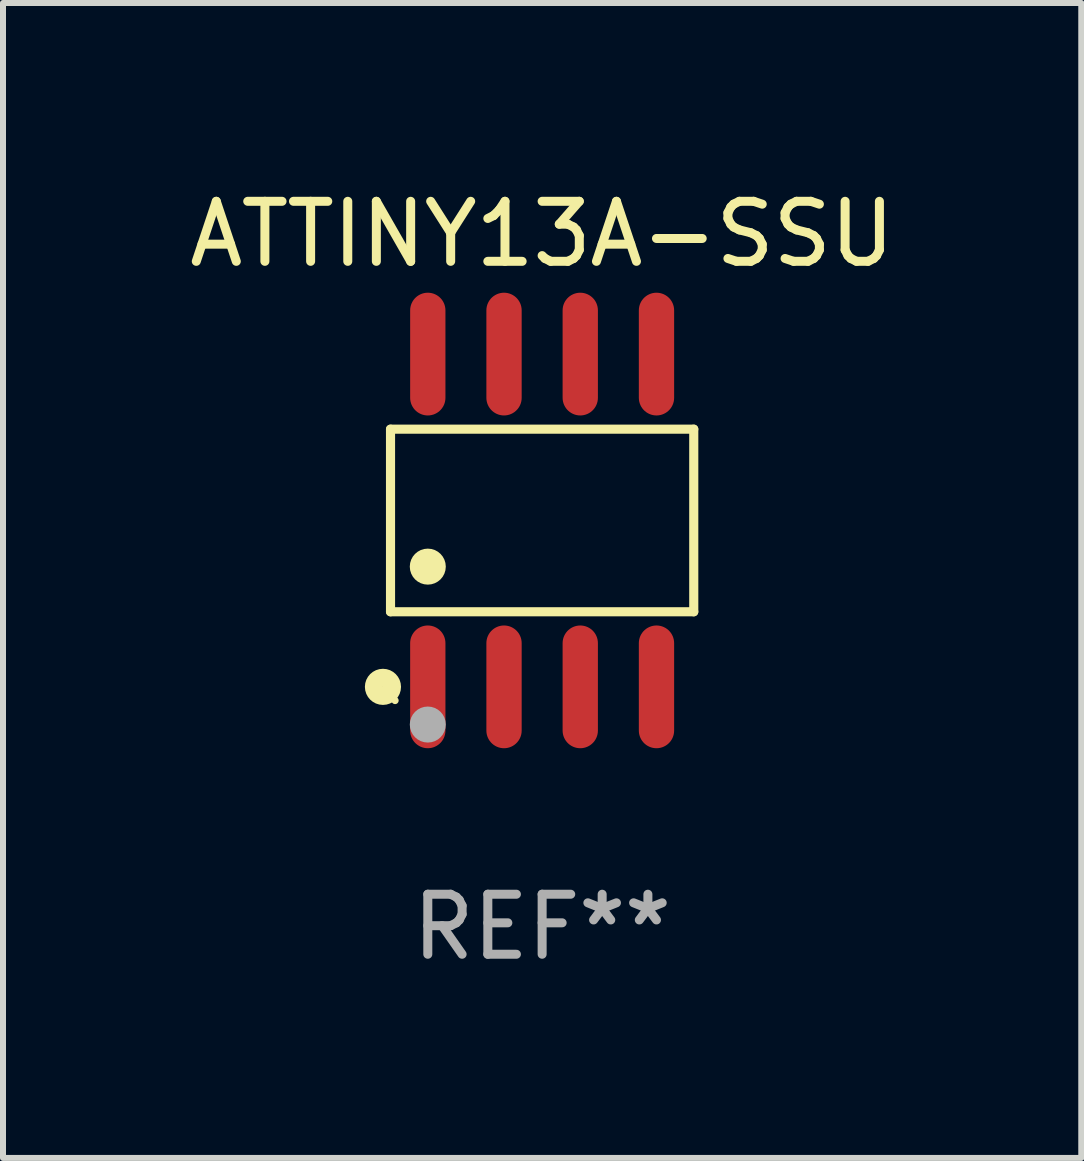
<source format=kicad_pcb>
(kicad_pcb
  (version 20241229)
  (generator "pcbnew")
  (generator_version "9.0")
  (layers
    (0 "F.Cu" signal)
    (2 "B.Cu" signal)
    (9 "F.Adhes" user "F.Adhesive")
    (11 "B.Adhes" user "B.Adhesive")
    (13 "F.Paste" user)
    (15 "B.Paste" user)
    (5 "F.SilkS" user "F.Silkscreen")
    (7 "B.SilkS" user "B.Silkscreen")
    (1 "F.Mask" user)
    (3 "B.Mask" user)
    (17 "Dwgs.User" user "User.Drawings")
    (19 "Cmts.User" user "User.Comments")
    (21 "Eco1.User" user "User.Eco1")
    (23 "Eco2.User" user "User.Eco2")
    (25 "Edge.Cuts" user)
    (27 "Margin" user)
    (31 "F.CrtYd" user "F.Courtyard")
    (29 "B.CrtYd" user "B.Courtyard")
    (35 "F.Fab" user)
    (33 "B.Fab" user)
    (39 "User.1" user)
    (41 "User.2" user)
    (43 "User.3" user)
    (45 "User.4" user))
  (footprint "ATTINY13A-SSU"
    (layer "F.Cu")
    (at 5.982 5.621)
    (property "Reference" "ATTINY13A-SSU" (at 0 -4.772 0) (layer "F.SilkS") (effects (font (size 1 1) (thickness 0.15))))
    (attr through_hole)
    (fp_line (start -2.526 -1.521) (end 2.526 -1.521) (stroke (width 0.152) (type solid)) (layer "F.SilkS"))
    (fp_line (start -2.526 1.521) (end -2.526 -1.521) (stroke (width 0.152) (type solid)) (layer "F.SilkS"))
    (fp_line (start 2.526 -1.521) (end 2.526 1.521) (stroke (width 0.152) (type solid)) (layer "F.SilkS"))
    (fp_line (start 2.526 1.521) (end -2.526 1.521) (stroke (width 0.152) (type solid)) (layer "F.SilkS"))
    (fp_circle (center -2.652 2.772) (end -2.501 2.772) (stroke (width 0.3) (type solid)) (fill no) (layer "F.SilkS"))
    (fp_circle (center -2.45 3) (end -2.42 3) (stroke (width 0.06) (type solid)) (fill no) (layer "F.SilkS"))
    (fp_circle (center -1.905 0.769) (end -1.755 0.769) (stroke (width 0.3) (type solid)) (fill no) (layer "F.SilkS"))
    (fp_circle (center -1.905 3.4) (end -1.755 3.4) (stroke (width 0.3) (type solid)) (fill no) (layer "F.Fab"))
    (fp_text user "REF**" (at 0 6.772 0) (layer "F.Fab") (effects (font (size 1 1) (thickness 0.15))))
    (pad "1" smd oval (at -1.905 2.772) (size 0.588 2.045) (layers "F.Cu" "F.Mask" "F.Paste"))
    (pad "2" smd oval (at -0.635 2.772) (size 0.588 2.045) (layers "F.Cu" "F.Mask" "F.Paste"))
    (pad "3" smd oval (at 0.635 2.772) (size 0.588 2.045) (layers "F.Cu" "F.Mask" "F.Paste"))
    (pad "4" smd oval (at 1.905 2.772) (size 0.588 2.045) (layers "F.Cu" "F.Mask" "F.Paste"))
    (pad "5" smd oval (at 1.905 -2.772) (size 0.588 2.045) (layers "F.Cu" "F.Mask" "F.Paste"))
    (pad "6" smd oval (at 0.635 -2.772) (size 0.588 2.045) (layers "F.Cu" "F.Mask" "F.Paste"))
    (pad "7" smd oval (at -0.635 -2.772) (size 0.588 2.045) (layers "F.Cu" "F.Mask" "F.Paste"))
    (pad "8" smd oval (at -1.905 -2.772) (size 0.588 2.045) (layers "F.Cu" "F.Mask" "F.Paste")))
  (gr_rect
    (start -3 -3)
    (end 14.964 16.241)
    (stroke (width 0.1) (type default))
    (fill no)
    (layer "Edge.Cuts")))
</source>
